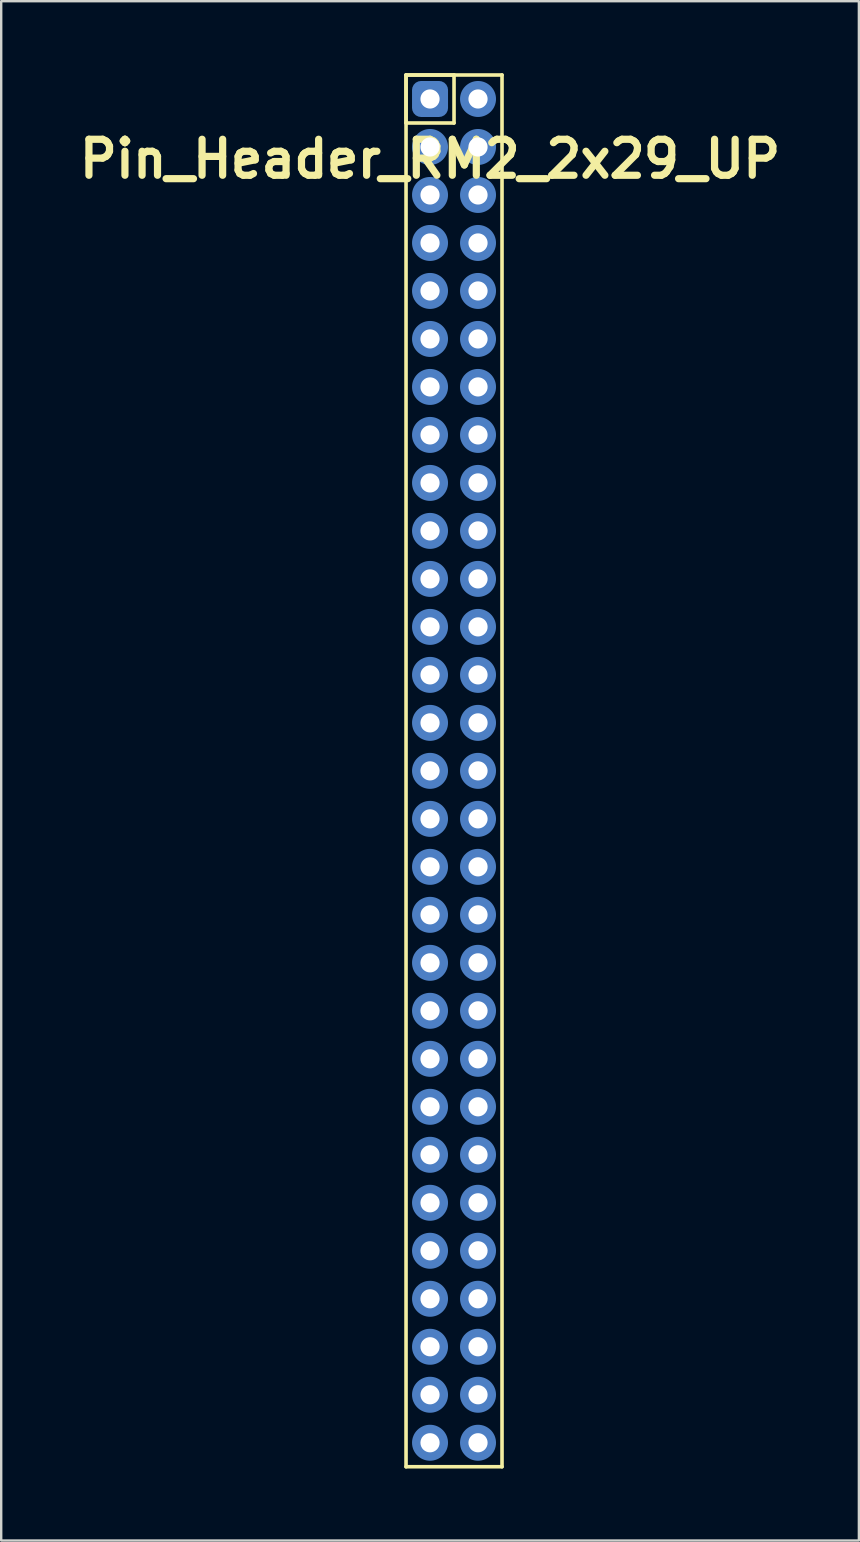
<source format=kicad_pcb>
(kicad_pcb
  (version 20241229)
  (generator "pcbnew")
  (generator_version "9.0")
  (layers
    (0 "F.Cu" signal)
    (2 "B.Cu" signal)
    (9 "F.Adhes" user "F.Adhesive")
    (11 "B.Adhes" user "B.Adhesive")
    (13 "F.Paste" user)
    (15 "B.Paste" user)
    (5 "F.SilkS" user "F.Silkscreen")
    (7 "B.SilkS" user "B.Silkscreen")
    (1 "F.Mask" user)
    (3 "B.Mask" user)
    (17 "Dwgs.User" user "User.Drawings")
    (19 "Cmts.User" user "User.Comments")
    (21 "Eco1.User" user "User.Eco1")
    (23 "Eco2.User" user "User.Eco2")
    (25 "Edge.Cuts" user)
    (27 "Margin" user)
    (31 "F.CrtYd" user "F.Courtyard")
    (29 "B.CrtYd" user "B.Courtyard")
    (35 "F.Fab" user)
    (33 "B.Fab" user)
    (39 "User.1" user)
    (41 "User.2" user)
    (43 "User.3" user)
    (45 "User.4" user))
  (footprint "Pin_Header_RM2_2x29_UP"
    (layer "F.Cu")
    (at 14.871 1.075)
    (property "Reference" "Pin_Header_RM2_2x29_UP" (at 0 2.5 0) (layer "F.SilkS") (effects (font (size 1.5 1.5) (thickness 0.3))))
    (attr through_hole)
    (fp_line (start -1 -1) (end 1 -1) (stroke (width 0.15) (type solid)) (layer "F.SilkS"))
    (fp_line (start -1 -1) (end 3 -1) (stroke (width 0.15) (type solid)) (layer "F.SilkS"))
    (fp_line (start -1 1) (end -1 -1) (stroke (width 0.15) (type solid)) (layer "F.SilkS"))
    (fp_line (start -1 57) (end -1 -1) (stroke (width 0.15) (type solid)) (layer "F.SilkS"))
    (fp_line (start 1 -1) (end 1 1) (stroke (width 0.15) (type solid)) (layer "F.SilkS"))
    (fp_line (start 1 1) (end -1 1) (stroke (width 0.15) (type solid)) (layer "F.SilkS"))
    (fp_line (start 3 -1) (end 3 57) (stroke (width 0.15) (type solid)) (layer "F.SilkS"))
    (fp_line (start 3 57) (end -1 57) (stroke (width 0.15) (type solid)) (layer "F.SilkS"))
    (pad "1" thru_hole circle (at 0 0) (size 1.1 1.1) (drill 0.8) (layers "*.Cu" "*.Mask"))
    (pad "1" smd roundrect (at 0 0) (size 1.25 1.25) (layers "F.Cu" "F.Mask") (roundrect_rratio 0.25))
    (pad "1" smd roundrect (at 0 0) (size 1.5 1.5) (layers "B.Cu" "B.Mask") (roundrect_rratio 0.25))
    (pad "2" thru_hole circle (at 2 0) (size 1.1 1.1) (drill 0.8) (layers "*.Cu" "*.Mask"))
    (pad "2" smd circle (at 2 0) (size 1.25 1.25) (layers "F.Cu" "F.Mask"))
    (pad "2" smd circle (at 2 0) (size 1.5 1.5) (layers "B.Cu" "B.Mask"))
    (pad "3" thru_hole circle (at 0 2) (size 1.1 1.1) (drill 0.8) (layers "*.Cu" "*.Mask"))
    (pad "3" smd circle (at 0 2) (size 1.25 1.25) (layers "F.Cu" "F.Mask"))
    (pad "3" smd circle (at 0 2) (size 1.5 1.5) (layers "B.Cu" "B.Mask"))
    (pad "4" thru_hole circle (at 2 2) (size 1.1 1.1) (drill 0.8) (layers "*.Cu" "*.Mask"))
    (pad "4" smd circle (at 2 2) (size 1.25 1.25) (layers "F.Cu" "F.Mask"))
    (pad "4" smd circle (at 2 2) (size 1.5 1.5) (layers "B.Cu" "B.Mask"))
    (pad "5" thru_hole circle (at 0 4) (size 1.1 1.1) (drill 0.8) (layers "*.Cu" "*.Mask"))
    (pad "5" smd circle (at 0 4) (size 1.25 1.25) (layers "F.Cu" "F.Mask"))
    (pad "5" smd circle (at 0 4) (size 1.5 1.5) (layers "B.Cu" "B.Mask"))
    (pad "6" thru_hole circle (at 2 4) (size 1.1 1.1) (drill 0.8) (layers "*.Cu" "*.Mask"))
    (pad "6" smd circle (at 2 4) (size 1.25 1.25) (layers "F.Cu" "F.Mask"))
    (pad "6" smd circle (at 2 4) (size 1.5 1.5) (layers "B.Cu" "B.Mask"))
    (pad "7" thru_hole circle (at 0 6) (size 1.1 1.1) (drill 0.8) (layers "*.Cu" "*.Mask"))
    (pad "7" smd circle (at 0 6) (size 1.25 1.25) (layers "F.Cu" "F.Mask"))
    (pad "7" smd circle (at 0 6) (size 1.5 1.5) (layers "B.Cu" "B.Mask"))
    (pad "8" thru_hole circle (at 2 6) (size 1.1 1.1) (drill 0.8) (layers "*.Cu" "*.Mask"))
    (pad "8" smd circle (at 2 6) (size 1.25 1.25) (layers "F.Cu" "F.Mask"))
    (pad "8" smd circle (at 2 6) (size 1.5 1.5) (layers "B.Cu" "B.Mask"))
    (pad "9" thru_hole circle (at 0 8) (size 1.1 1.1) (drill 0.8) (layers "*.Cu" "*.Mask"))
    (pad "9" smd circle (at 0 8) (size 1.25 1.25) (layers "F.Cu" "F.Mask"))
    (pad "9" smd circle (at 0 8) (size 1.5 1.5) (layers "B.Cu" "B.Mask"))
    (pad "10" thru_hole circle (at 2 8) (size 1.1 1.1) (drill 0.8) (layers "*.Cu" "*.Mask"))
    (pad "10" smd circle (at 2 8) (size 1.25 1.25) (layers "F.Cu" "F.Mask"))
    (pad "10" smd circle (at 2 8) (size 1.5 1.5) (layers "B.Cu" "B.Mask"))
    (pad "11" thru_hole circle (at 0 10) (size 1.1 1.1) (drill 0.8) (layers "*.Cu" "*.Mask"))
    (pad "11" smd circle (at 0 10) (size 1.25 1.25) (layers "F.Cu" "F.Mask"))
    (pad "11" smd circle (at 0 10) (size 1.5 1.5) (layers "B.Cu" "B.Mask"))
    (pad "12" thru_hole circle (at 2 10) (size 1.1 1.1) (drill 0.8) (layers "*.Cu" "*.Mask"))
    (pad "12" smd circle (at 2 10) (size 1.25 1.25) (layers "F.Cu" "F.Mask"))
    (pad "12" smd circle (at 2 10) (size 1.5 1.5) (layers "B.Cu" "B.Mask"))
    (pad "13" thru_hole circle (at 0 12) (size 1.1 1.1) (drill 0.8) (layers "*.Cu" "*.Mask"))
    (pad "13" smd circle (at 0 12) (size 1.25 1.25) (layers "F.Cu" "F.Mask"))
    (pad "13" smd circle (at 0 12) (size 1.5 1.5) (layers "B.Cu" "B.Mask"))
    (pad "14" thru_hole circle (at 2 12) (size 1.1 1.1) (drill 0.8) (layers "*.Cu" "*.Mask"))
    (pad "14" smd circle (at 2 12) (size 1.25 1.25) (layers "F.Cu" "F.Mask"))
    (pad "14" smd circle (at 2 12) (size 1.5 1.5) (layers "B.Cu" "B.Mask"))
    (pad "15" thru_hole circle (at 0 14) (size 1.1 1.1) (drill 0.8) (layers "*.Cu" "*.Mask"))
    (pad "15" smd circle (at 0 14) (size 1.25 1.25) (layers "F.Cu" "F.Mask"))
    (pad "15" smd circle (at 0 14) (size 1.5 1.5) (layers "B.Cu" "B.Mask"))
    (pad "16" thru_hole circle (at 2 14) (size 1.1 1.1) (drill 0.8) (layers "*.Cu" "*.Mask"))
    (pad "16" smd circle (at 2 14) (size 1.25 1.25) (layers "F.Cu" "F.Mask"))
    (pad "16" smd circle (at 2 14) (size 1.5 1.5) (layers "B.Cu" "B.Mask"))
    (pad "17" thru_hole circle (at 0 16) (size 1.1 1.1) (drill 0.8) (layers "*.Cu" "*.Mask"))
    (pad "17" smd circle (at 0 16) (size 1.25 1.25) (layers "F.Cu" "F.Mask"))
    (pad "17" smd circle (at 0 16) (size 1.5 1.5) (layers "B.Cu" "B.Mask"))
    (pad "18" thru_hole circle (at 2 16) (size 1.1 1.1) (drill 0.8) (layers "*.Cu" "*.Mask"))
    (pad "18" smd circle (at 2 16) (size 1.25 1.25) (layers "F.Cu" "F.Mask"))
    (pad "18" smd circle (at 2 16) (size 1.5 1.5) (layers "B.Cu" "B.Mask"))
    (pad "19" thru_hole circle (at 0 18) (size 1.1 1.1) (drill 0.8) (layers "*.Cu" "*.Mask"))
    (pad "19" smd circle (at 0 18) (size 1.25 1.25) (layers "F.Cu" "F.Mask"))
    (pad "19" smd circle (at 0 18) (size 1.5 1.5) (layers "B.Cu" "B.Mask"))
    (pad "20" thru_hole circle (at 2 18) (size 1.1 1.1) (drill 0.8) (layers "*.Cu" "*.Mask"))
    (pad "20" smd circle (at 2 18) (size 1.25 1.25) (layers "F.Cu" "F.Mask"))
    (pad "20" smd circle (at 2 18) (size 1.5 1.5) (layers "B.Cu" "B.Mask"))
    (pad "21" thru_hole circle (at 0 20) (size 1.1 1.1) (drill 0.8) (layers "*.Cu" "*.Mask"))
    (pad "21" smd circle (at 0 20) (size 1.25 1.25) (layers "F.Cu" "F.Mask"))
    (pad "21" smd circle (at 0 20) (size 1.5 1.5) (layers "B.Cu" "B.Mask"))
    (pad "22" thru_hole circle (at 2 20) (size 1.1 1.1) (drill 0.8) (layers "*.Cu" "*.Mask"))
    (pad "22" smd circle (at 2 20) (size 1.25 1.25) (layers "F.Cu" "F.Mask"))
    (pad "22" smd circle (at 2 20) (size 1.5 1.5) (layers "B.Cu" "B.Mask"))
    (pad "23" thru_hole circle (at 0 22) (size 1.1 1.1) (drill 0.8) (layers "*.Cu" "*.Mask"))
    (pad "23" smd circle (at 0 22) (size 1.25 1.25) (layers "F.Cu" "F.Mask"))
    (pad "23" smd circle (at 0 22) (size 1.5 1.5) (layers "B.Cu" "B.Mask"))
    (pad "24" thru_hole circle (at 2 22) (size 1.1 1.1) (drill 0.8) (layers "*.Cu" "*.Mask"))
    (pad "24" smd circle (at 2 22) (size 1.25 1.25) (layers "F.Cu" "F.Mask"))
    (pad "24" smd circle (at 2 22) (size 1.5 1.5) (layers "B.Cu" "B.Mask"))
    (pad "25" thru_hole circle (at 0 24) (size 1.1 1.1) (drill 0.8) (layers "*.Cu" "*.Mask"))
    (pad "25" smd circle (at 0 24) (size 1.25 1.25) (layers "F.Cu" "F.Mask"))
    (pad "25" smd circle (at 0 24) (size 1.5 1.5) (layers "B.Cu" "B.Mask"))
    (pad "26" thru_hole circle (at 2 24) (size 1.1 1.1) (drill 0.8) (layers "*.Cu" "*.Mask"))
    (pad "26" smd circle (at 2 24) (size 1.25 1.25) (layers "F.Cu" "F.Mask"))
    (pad "26" smd circle (at 2 24) (size 1.5 1.5) (layers "B.Cu" "B.Mask"))
    (pad "27" thru_hole circle (at 0 26) (size 1.1 1.1) (drill 0.8) (layers "*.Cu" "*.Mask"))
    (pad "27" smd circle (at 0 26) (size 1.25 1.25) (layers "F.Cu" "F.Mask"))
    (pad "27" smd circle (at 0 26) (size 1.5 1.5) (layers "B.Cu" "B.Mask"))
    (pad "28" thru_hole circle (at 2 26) (size 1.1 1.1) (drill 0.8) (layers "*.Cu" "*.Mask"))
    (pad "28" smd circle (at 2 26) (size 1.25 1.25) (layers "F.Cu" "F.Mask"))
    (pad "28" smd circle (at 2 26) (size 1.5 1.5) (layers "B.Cu" "B.Mask"))
    (pad "29" thru_hole circle (at 0 28) (size 1.1 1.1) (drill 0.8) (layers "*.Cu" "*.Mask"))
    (pad "29" smd circle (at 0 28) (size 1.25 1.25) (layers "F.Cu" "F.Mask"))
    (pad "29" smd circle (at 0 28) (size 1.5 1.5) (layers "B.Cu" "B.Mask"))
    (pad "30" thru_hole circle (at 2 28) (size 1.1 1.1) (drill 0.8) (layers "*.Cu" "*.Mask"))
    (pad "30" smd circle (at 2 28) (size 1.25 1.25) (layers "F.Cu" "F.Mask"))
    (pad "30" smd circle (at 2 28) (size 1.5 1.5) (layers "B.Cu" "B.Mask"))
    (pad "31" thru_hole circle (at 0 30) (size 1.1 1.1) (drill 0.8) (layers "*.Cu" "*.Mask"))
    (pad "31" smd circle (at 0 30) (size 1.25 1.25) (layers "F.Cu" "F.Mask"))
    (pad "31" smd circle (at 0 30) (size 1.5 1.5) (layers "B.Cu" "B.Mask"))
    (pad "32" thru_hole circle (at 2 30) (size 1.1 1.1) (drill 0.8) (layers "*.Cu" "*.Mask"))
    (pad "32" smd circle (at 2 30) (size 1.25 1.25) (layers "F.Cu" "F.Mask"))
    (pad "32" smd circle (at 2 30) (size 1.5 1.5) (layers "B.Cu" "B.Mask"))
    (pad "33" thru_hole circle (at 0 32) (size 1.1 1.1) (drill 0.8) (layers "*.Cu" "*.Mask"))
    (pad "33" smd circle (at 0 32) (size 1.25 1.25) (layers "F.Cu" "F.Mask"))
    (pad "33" smd circle (at 0 32) (size 1.5 1.5) (layers "B.Cu" "B.Mask"))
    (pad "34" thru_hole circle (at 2 32) (size 1.1 1.1) (drill 0.8) (layers "*.Cu" "*.Mask"))
    (pad "34" smd circle (at 2 32) (size 1.25 1.25) (layers "F.Cu" "F.Mask"))
    (pad "34" smd circle (at 2 32) (size 1.5 1.5) (layers "B.Cu" "B.Mask"))
    (pad "35" thru_hole circle (at 0 34) (size 1.1 1.1) (drill 0.8) (layers "*.Cu" "*.Mask"))
    (pad "35" smd circle (at 0 34) (size 1.25 1.25) (layers "F.Cu" "F.Mask"))
    (pad "35" smd circle (at 0 34) (size 1.5 1.5) (layers "B.Cu" "B.Mask"))
    (pad "36" thru_hole circle (at 2 34) (size 1.1 1.1) (drill 0.8) (layers "*.Cu" "*.Mask"))
    (pad "36" smd circle (at 2 34) (size 1.25 1.25) (layers "F.Cu" "F.Mask"))
    (pad "36" smd circle (at 2 34) (size 1.5 1.5) (layers "B.Cu" "B.Mask"))
    (pad "37" thru_hole circle (at 0 36) (size 1.1 1.1) (drill 0.8) (layers "*.Cu" "*.Mask"))
    (pad "37" smd circle (at 0 36) (size 1.25 1.25) (layers "F.Cu" "F.Mask"))
    (pad "37" smd circle (at 0 36) (size 1.5 1.5) (layers "B.Cu" "B.Mask"))
    (pad "38" thru_hole circle (at 2 36) (size 1.1 1.1) (drill 0.8) (layers "*.Cu" "*.Mask"))
    (pad "38" smd circle (at 2 36) (size 1.25 1.25) (layers "F.Cu" "F.Mask"))
    (pad "38" smd circle (at 2 36) (size 1.5 1.5) (layers "B.Cu" "B.Mask"))
    (pad "39" thru_hole circle (at 0 38) (size 1.1 1.1) (drill 0.8) (layers "*.Cu" "*.Mask"))
    (pad "39" smd circle (at 0 38) (size 1.25 1.25) (layers "F.Cu" "F.Mask"))
    (pad "39" smd circle (at 0 38) (size 1.5 1.5) (layers "B.Cu" "B.Mask"))
    (pad "40" thru_hole circle (at 2 38) (size 1.1 1.1) (drill 0.8) (layers "*.Cu" "*.Mask"))
    (pad "40" smd circle (at 2 38) (size 1.25 1.25) (layers "F.Cu" "F.Mask"))
    (pad "40" smd circle (at 2 38) (size 1.5 1.5) (layers "B.Cu" "B.Mask"))
    (pad "41" thru_hole circle (at 0 40) (size 1.1 1.1) (drill 0.8) (layers "*.Cu" "*.Mask"))
    (pad "41" smd circle (at 0 40) (size 1.25 1.25) (layers "F.Cu" "F.Mask"))
    (pad "41" smd circle (at 0 40) (size 1.5 1.5) (layers "B.Cu" "B.Mask"))
    (pad "42" thru_hole circle (at 2 40) (size 1.1 1.1) (drill 0.8) (layers "*.Cu" "*.Mask"))
    (pad "42" smd circle (at 2 40) (size 1.25 1.25) (layers "F.Cu" "F.Mask"))
    (pad "42" smd circle (at 2 40) (size 1.5 1.5) (layers "B.Cu" "B.Mask"))
    (pad "43" thru_hole circle (at 0 42) (size 1.1 1.1) (drill 0.8) (layers "*.Cu" "*.Mask"))
    (pad "43" smd circle (at 0 42) (size 1.25 1.25) (layers "F.Cu" "F.Mask"))
    (pad "43" smd circle (at 0 42) (size 1.5 1.5) (layers "B.Cu" "B.Mask"))
    (pad "44" thru_hole circle (at 2 42) (size 1.1 1.1) (drill 0.8) (layers "*.Cu" "*.Mask"))
    (pad "44" smd circle (at 2 42) (size 1.25 1.25) (layers "F.Cu" "F.Mask"))
    (pad "44" smd circle (at 2 42) (size 1.5 1.5) (layers "B.Cu" "B.Mask"))
    (pad "45" thru_hole circle (at 0 44) (size 1.1 1.1) (drill 0.8) (layers "*.Cu" "*.Mask"))
    (pad "45" smd circle (at 0 44) (size 1.25 1.25) (layers "F.Cu" "F.Mask"))
    (pad "45" smd circle (at 0 44) (size 1.5 1.5) (layers "B.Cu" "B.Mask"))
    (pad "46" thru_hole circle (at 2 44) (size 1.1 1.1) (drill 0.8) (layers "*.Cu" "*.Mask"))
    (pad "46" smd circle (at 2 44) (size 1.25 1.25) (layers "F.Cu" "F.Mask"))
    (pad "46" smd circle (at 2 44) (size 1.5 1.5) (layers "B.Cu" "B.Mask"))
    (pad "47" thru_hole circle (at 0 46) (size 1.1 1.1) (drill 0.8) (layers "*.Cu" "*.Mask"))
    (pad "47" smd circle (at 0 46) (size 1.25 1.25) (layers "F.Cu" "F.Mask"))
    (pad "47" smd circle (at 0 46) (size 1.5 1.5) (layers "B.Cu" "B.Mask"))
    (pad "48" thru_hole circle (at 2 46) (size 1.1 1.1) (drill 0.8) (layers "*.Cu" "*.Mask"))
    (pad "48" smd circle (at 2 46) (size 1.25 1.25) (layers "F.Cu" "F.Mask"))
    (pad "48" smd circle (at 2 46) (size 1.5 1.5) (layers "B.Cu" "B.Mask"))
    (pad "49" thru_hole circle (at 0 48) (size 1.1 1.1) (drill 0.8) (layers "*.Cu" "*.Mask"))
    (pad "49" smd circle (at 0 48) (size 1.25 1.25) (layers "F.Cu" "F.Mask"))
    (pad "49" smd circle (at 0 48) (size 1.5 1.5) (layers "B.Cu" "B.Mask"))
    (pad "50" thru_hole circle (at 2 48) (size 1.1 1.1) (drill 0.8) (layers "*.Cu" "*.Mask"))
    (pad "50" smd circle (at 2 48) (size 1.25 1.25) (layers "F.Cu" "F.Mask"))
    (pad "50" smd circle (at 2 48) (size 1.5 1.5) (layers "B.Cu" "B.Mask"))
    (pad "51" thru_hole circle (at 0 50) (size 1.1 1.1) (drill 0.8) (layers "*.Cu" "*.Mask"))
    (pad "51" smd circle (at 0 50) (size 1.25 1.25) (layers "F.Cu" "F.Mask"))
    (pad "51" smd circle (at 0 50) (size 1.5 1.5) (layers "B.Cu" "B.Mask"))
    (pad "52" thru_hole circle (at 2 50) (size 1.1 1.1) (drill 0.8) (layers "*.Cu" "*.Mask"))
    (pad "52" smd circle (at 2 50) (size 1.25 1.25) (layers "F.Cu" "F.Mask"))
    (pad "52" smd circle (at 2 50) (size 1.5 1.5) (layers "B.Cu" "B.Mask"))
    (pad "53" thru_hole circle (at 0 52) (size 1.1 1.1) (drill 0.8) (layers "*.Cu" "*.Mask"))
    (pad "53" smd circle (at 0 52) (size 1.25 1.25) (layers "F.Cu" "F.Mask"))
    (pad "53" smd circle (at 0 52) (size 1.5 1.5) (layers "B.Cu" "B.Mask"))
    (pad "54" thru_hole circle (at 2 52) (size 1.1 1.1) (drill 0.8) (layers "*.Cu" "*.Mask"))
    (pad "54" smd circle (at 2 52) (size 1.25 1.25) (layers "F.Cu" "F.Mask"))
    (pad "54" smd circle (at 2 52) (size 1.5 1.5) (layers "B.Cu" "B.Mask"))
    (pad "55" thru_hole circle (at 0 54) (size 1.1 1.1) (drill 0.8) (layers "*.Cu" "*.Mask"))
    (pad "55" smd circle (at 0 54) (size 1.25 1.25) (layers "F.Cu" "F.Mask"))
    (pad "55" smd circle (at 0 54) (size 1.5 1.5) (layers "B.Cu" "B.Mask"))
    (pad "56" thru_hole circle (at 2 54) (size 1.1 1.1) (drill 0.8) (layers "*.Cu" "*.Mask"))
    (pad "56" smd circle (at 2 54) (size 1.25 1.25) (layers "F.Cu" "F.Mask"))
    (pad "56" smd circle (at 2 54) (size 1.5 1.5) (layers "B.Cu" "B.Mask"))
    (pad "57" thru_hole circle (at 0 56) (size 1.1 1.1) (drill 0.8) (layers "*.Cu" "*.Mask"))
    (pad "57" smd circle (at 0 56) (size 1.25 1.25) (layers "F.Cu" "F.Mask"))
    (pad "57" smd circle (at 0 56) (size 1.5 1.5) (layers "B.Cu" "B.Mask"))
    (pad "58" thru_hole circle (at 2 56) (size 1.1 1.1) (drill 0.8) (layers "*.Cu" "*.Mask"))
    (pad "58" smd circle (at 2 56) (size 1.25 1.25) (layers "F.Cu" "F.Mask"))
    (pad "58" smd circle (at 2 56) (size 1.5 1.5) (layers "B.Cu" "B.Mask")))
  (gr_rect
    (start -3 -3)
    (end 32.743 61.15)
    (stroke (width 0.1) (type default))
    (fill no)
    (layer "Edge.Cuts")))
</source>
